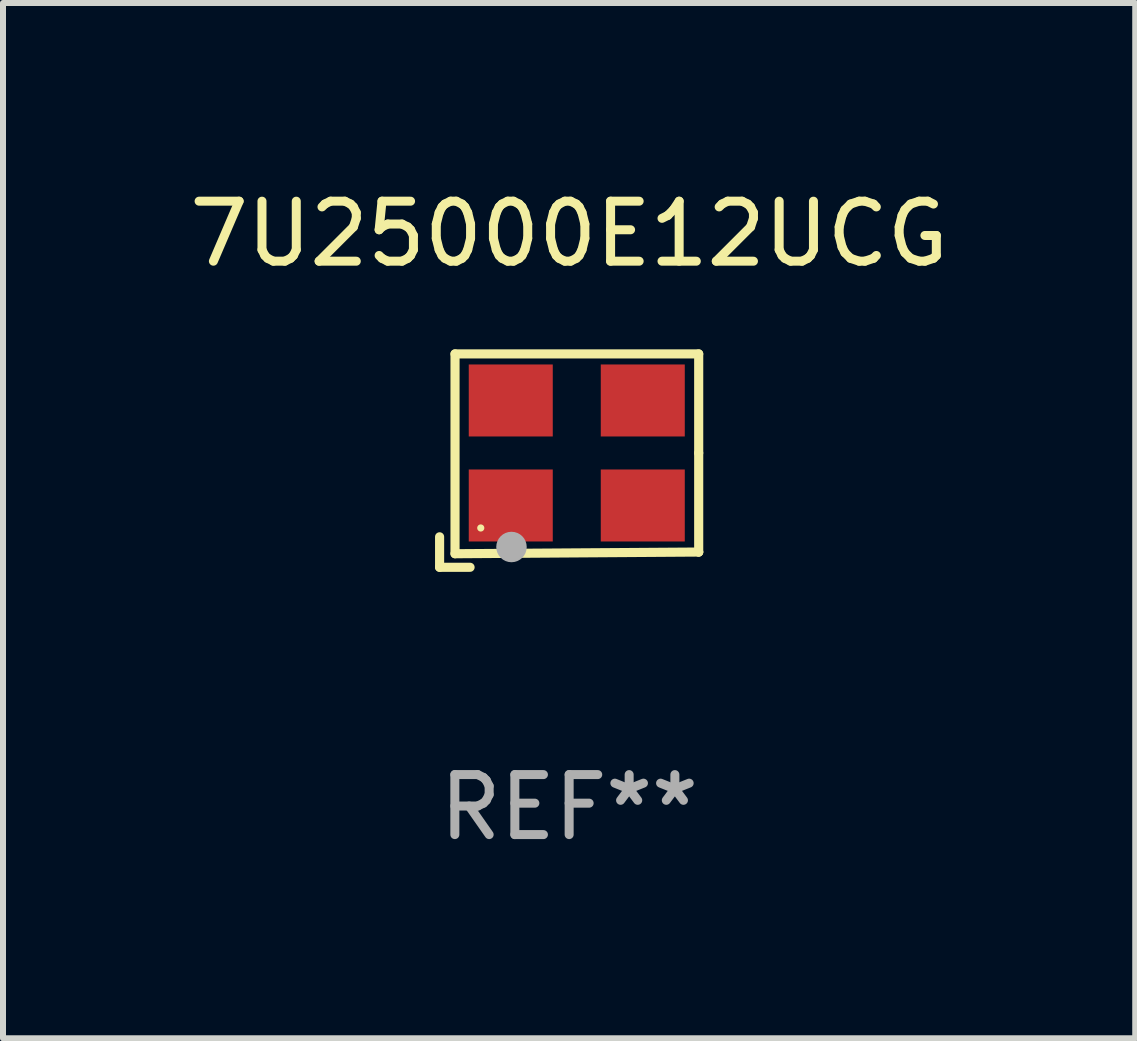
<source format=kicad_pcb>
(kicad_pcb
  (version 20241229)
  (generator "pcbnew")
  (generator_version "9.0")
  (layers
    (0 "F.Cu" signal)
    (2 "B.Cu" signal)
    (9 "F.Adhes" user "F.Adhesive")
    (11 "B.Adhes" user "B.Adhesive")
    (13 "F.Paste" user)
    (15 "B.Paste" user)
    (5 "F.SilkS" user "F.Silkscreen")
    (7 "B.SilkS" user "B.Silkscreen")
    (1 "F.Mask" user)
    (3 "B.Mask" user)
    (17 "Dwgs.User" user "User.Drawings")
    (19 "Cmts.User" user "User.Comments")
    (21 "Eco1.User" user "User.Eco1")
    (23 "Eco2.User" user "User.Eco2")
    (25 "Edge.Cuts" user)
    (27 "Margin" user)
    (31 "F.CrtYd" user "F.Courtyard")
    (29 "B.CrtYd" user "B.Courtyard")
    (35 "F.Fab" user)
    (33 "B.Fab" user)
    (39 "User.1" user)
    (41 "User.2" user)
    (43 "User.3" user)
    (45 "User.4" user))
  (footprint "7U25000E12UCG"
    (layer "F.Cu")
    (at 6.435 4.626)
    (property "Reference" "7U25000E12UCG" (at 0 -3.778 0) (layer "F.SilkS") (effects (font (size 1 1) (thickness 0.15))))
    (attr through_hole)
    (fp_line (start -2.159 1.27) (end -2.159 1.778) (stroke (width 0.152) (type solid)) (layer "F.SilkS"))
    (fp_line (start -2.159 1.778) (end -1.651 1.778) (stroke (width 0.152) (type solid)) (layer "F.SilkS"))
    (fp_line (start -1.902 -1.778) (end 2.159 -1.778) (stroke (width 0.152) (type solid)) (layer "F.SilkS"))
    (fp_line (start -1.902 1.552) (end -1.902 -1.778) (stroke (width 0.152) (type solid)) (layer "F.SilkS"))
    (fp_line (start 2.159 -1.778) (end 2.159 -0.127) (stroke (width 0.152) (type solid)) (layer "F.SilkS"))
    (fp_line (start 2.159 -0.127) (end 2.159 1.524) (stroke (width 0.152) (type solid)) (layer "F.SilkS"))
    (fp_line (start 2.159 1.524) (end -1.902 1.552) (stroke (width 0.152) (type solid)) (layer "F.SilkS"))
    (fp_line (start 2.159 1.524) (end 2.159 1.524) (stroke (width 0.152) (type solid)) (layer "F.SilkS"))
    (fp_circle (center -1.473 1.123) (end -1.443 1.123) (stroke (width 0.06) (type solid)) (fill no) (layer "F.SilkS"))
    (fp_circle (center -0.961 1.44) (end -0.834 1.44) (stroke (width 0.254) (type solid)) (fill no) (layer "F.Fab"))
    (fp_text user "REF**" (at 0 5.778 0) (layer "F.Fab") (effects (font (size 1 1) (thickness 0.15))))
    (pad "1" smd rect (at -0.973 0.748) (size 1.4 1.2) (layers "F.Cu" "F.Mask" "F.Paste"))
    (pad "2" smd rect (at 1.227 0.748) (size 1.4 1.2) (layers "F.Cu" "F.Mask" "F.Paste"))
    (pad "3" smd rect (at 1.227 -1.002) (size 1.4 1.2) (layers "F.Cu" "F.Mask" "F.Paste"))
    (pad "4" smd rect (at -0.973 -1.002) (size 1.4 1.2) (layers "F.Cu" "F.Mask" "F.Paste")))
  (gr_rect
    (start -3 -3)
    (end 15.869 14.253)
    (stroke (width 0.1) (type default))
    (fill no)
    (layer "Edge.Cuts")))
</source>
